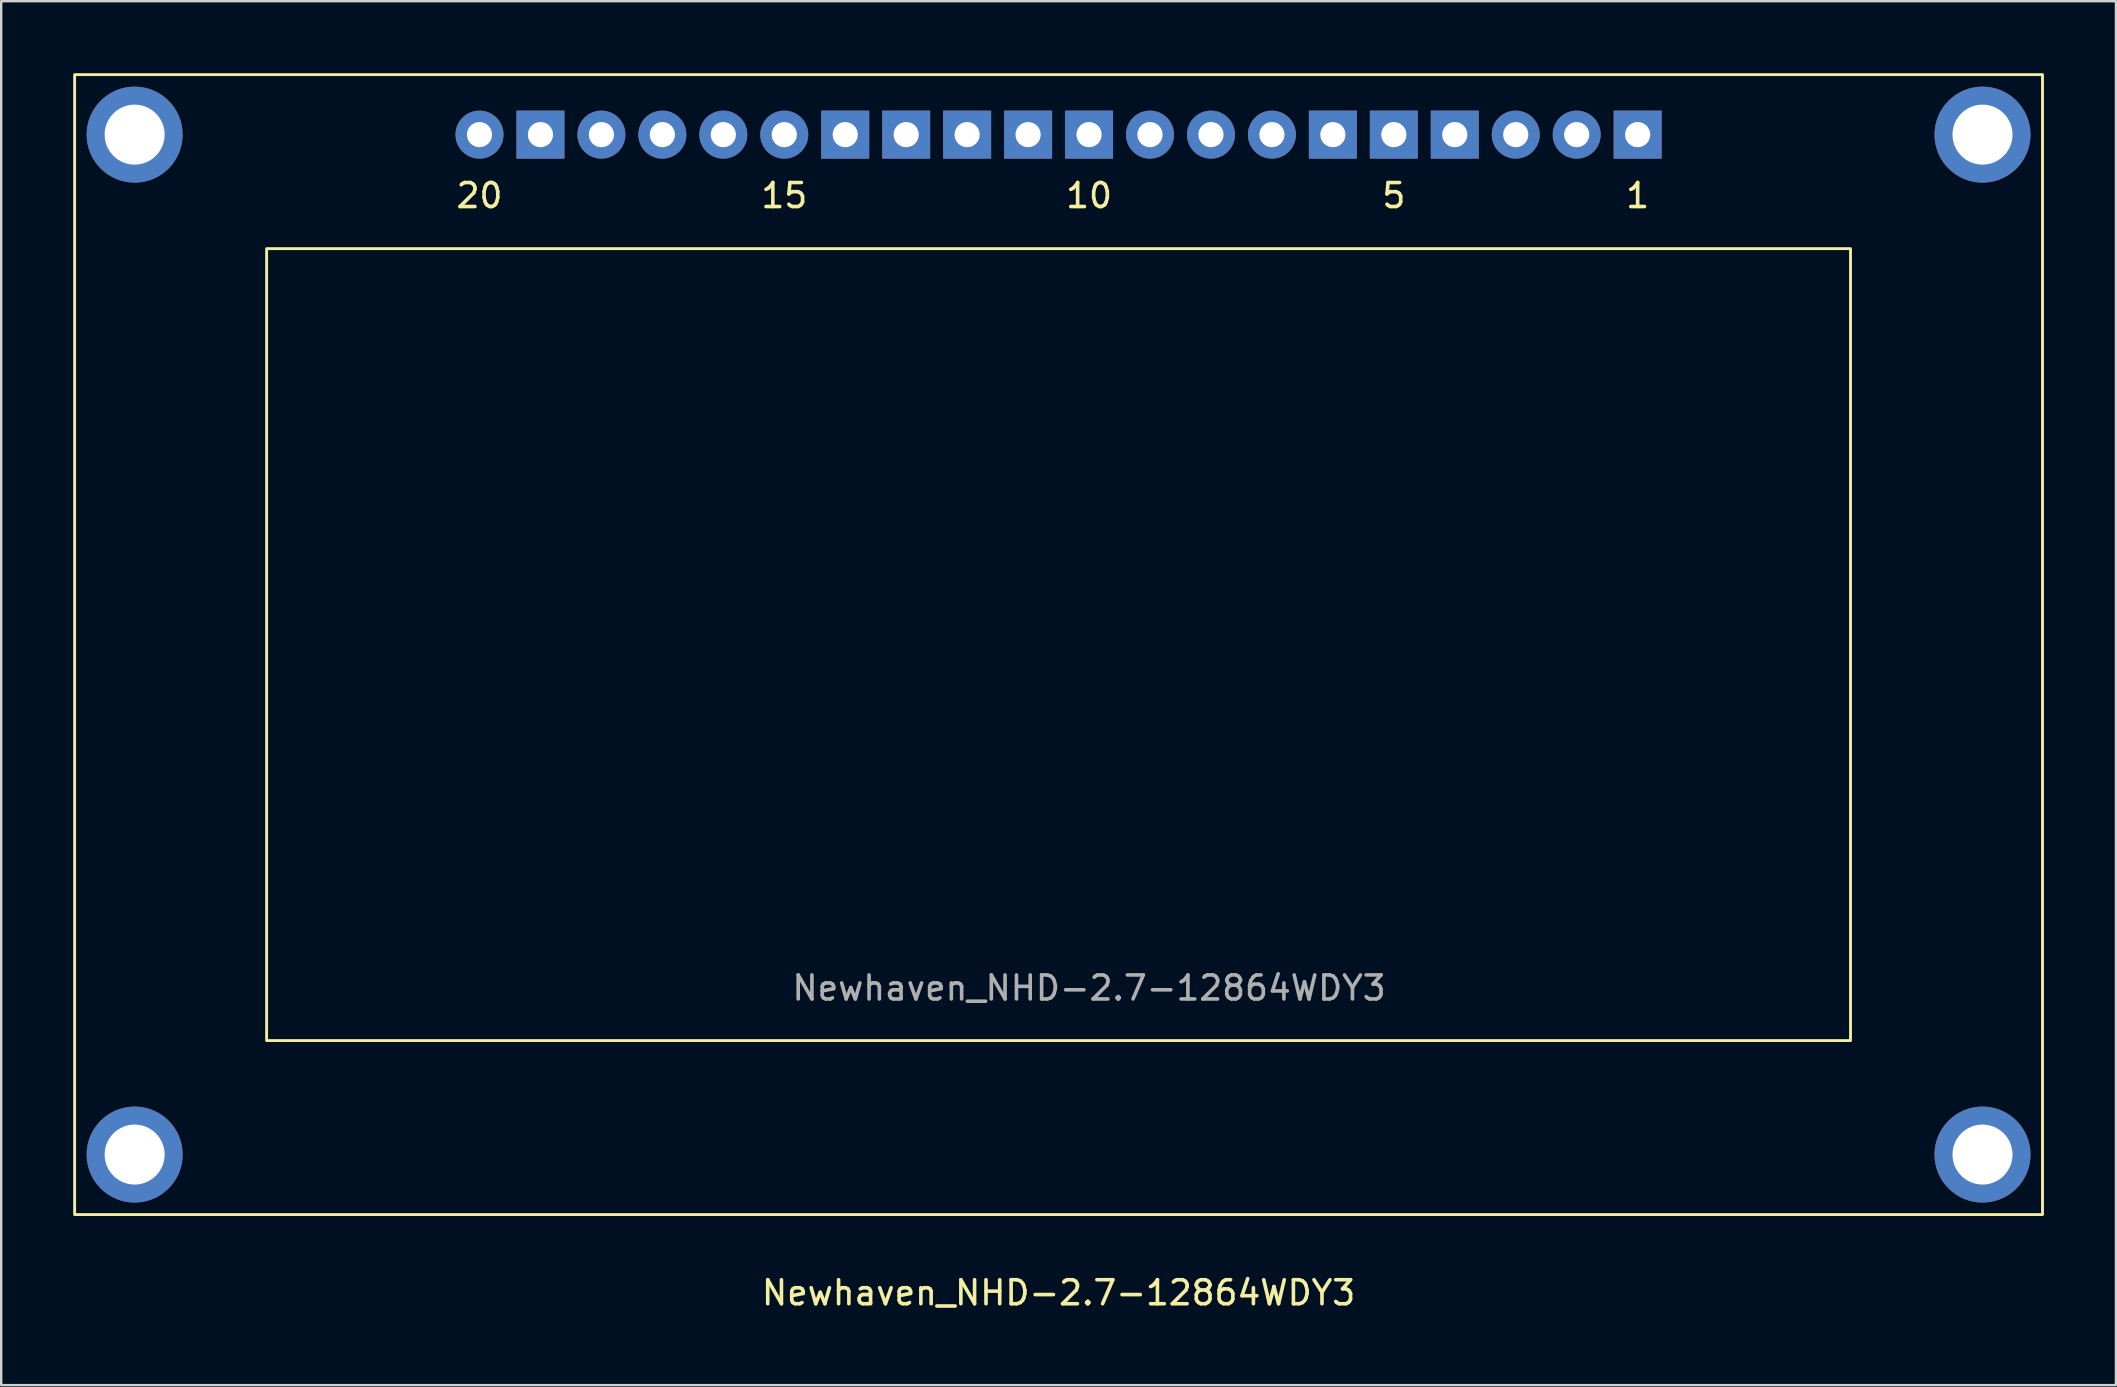
<source format=kicad_pcb>
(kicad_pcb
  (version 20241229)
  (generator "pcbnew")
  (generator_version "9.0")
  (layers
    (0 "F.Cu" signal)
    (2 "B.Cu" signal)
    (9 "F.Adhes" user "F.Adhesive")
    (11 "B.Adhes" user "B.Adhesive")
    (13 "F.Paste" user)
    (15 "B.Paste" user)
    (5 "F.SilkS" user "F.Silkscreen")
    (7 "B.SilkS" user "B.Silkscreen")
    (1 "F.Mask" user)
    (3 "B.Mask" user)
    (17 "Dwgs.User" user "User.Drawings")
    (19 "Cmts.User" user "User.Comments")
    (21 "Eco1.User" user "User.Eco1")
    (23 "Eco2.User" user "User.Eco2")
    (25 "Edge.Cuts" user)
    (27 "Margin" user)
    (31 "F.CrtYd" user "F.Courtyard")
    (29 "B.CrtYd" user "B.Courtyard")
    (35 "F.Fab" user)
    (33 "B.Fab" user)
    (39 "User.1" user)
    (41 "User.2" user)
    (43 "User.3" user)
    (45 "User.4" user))
  (footprint "Newhaven_NHD-2.7-12864WDY3"
    (layer "F.Cu")
    (at 41.06 23.81)
    (property "Reference" "Newhaven_NHD-2.7-12864WDY3" (at 0 27.01 0) (unlocked yes) (layer "F.SilkS") (effects (font (size 1 1) (thickness 0.15))))
    (attr through_hole)
    (fp_rect (start -41 23.75) (end 41 -23.75) (stroke (width 0.12) (type solid)) (fill no) (layer "F.SilkS"))
    (fp_rect (start -33 16.5) (end 33 -16.5) (stroke (width 0.12) (type solid)) (fill no) (layer "F.SilkS"))
    (fp_text user "5" (at 13.97 -18.71 0) (unlocked yes) (layer "F.SilkS") (effects (font (size 1 1) (thickness 0.15))))
    (fp_text user "15" (at -11.43 -18.71 0) (unlocked yes) (layer "F.SilkS") (effects (font (size 1 1) (thickness 0.15))))
    (fp_text user "20" (at -24.13 -18.71 0) (unlocked yes) (layer "F.SilkS") (effects (font (size 1 1) (thickness 0.15))))
    (fp_text user "10" (at 1.27 -18.71 0) (unlocked yes) (layer "F.SilkS") (effects (font (size 1 1) (thickness 0.15))))
    (fp_text user "1" (at 24.13 -18.71 0) (unlocked yes) (layer "F.SilkS") (effects (font (size 1 1) (thickness 0.15))))
    (fp_text user "${REFERENCE}" (at 1.27 14.31 0) (unlocked yes) (layer "F.Fab") (effects (font (size 1 1) (thickness 0.15))))
    (pad "" np_thru_hole circle (at -38.5 -21.25) (size 4 4) (drill 2.5) (layers "*.Cu" "*.Mask"))
    (pad "" np_thru_hole circle (at -38.5 21.25) (size 4 4) (drill 2.5) (layers "*.Cu" "*.Mask"))
    (pad "" np_thru_hole circle (at 38.5 -21.25) (size 4 4) (drill 2.5) (layers "*.Cu" "*.Mask"))
    (pad "" np_thru_hole circle (at 38.5 21.25) (size 4 4) (drill 2.5) (layers "*.Cu" "*.Mask"))
    (pad "1" thru_hole rect (at 24.13 -21.25) (size 2 2) (drill 1.05) (layers "*.Cu" "*.Mask"))
    (pad "2" thru_hole circle (at 21.59 -21.25) (size 2 2) (drill 1.05) (layers "*.Cu" "*.Mask"))
    (pad "3" thru_hole circle (at 19.05 -21.25) (size 2 2) (drill 1.05) (layers "*.Cu" "*.Mask"))
    (pad "4" thru_hole rect (at 16.51 -21.25) (size 2 2) (drill 1.05) (layers "*.Cu" "*.Mask"))
    (pad "5" thru_hole rect (at 13.97 -21.25) (size 2 2) (drill 1.05) (layers "*.Cu" "*.Mask"))
    (pad "6" thru_hole rect (at 11.43 -21.25) (size 2 2) (drill 1.05) (layers "*.Cu" "*.Mask"))
    (pad "7" thru_hole circle (at 8.89 -21.25) (size 2 2) (drill 1.05) (layers "*.Cu" "*.Mask"))
    (pad "8" thru_hole circle (at 6.35 -21.25) (size 2 2) (drill 1.05) (layers "*.Cu" "*.Mask"))
    (pad "9" thru_hole circle (at 3.81 -21.25) (size 2 2) (drill 1.05) (layers "*.Cu" "*.Mask"))
    (pad "10" thru_hole rect (at 1.27 -21.25) (size 2 2) (drill 1.05) (layers "*.Cu" "*.Mask"))
    (pad "11" thru_hole rect (at -1.27 -21.25) (size 2 2) (drill 1.05) (layers "*.Cu" "*.Mask"))
    (pad "12" thru_hole rect (at -3.81 -21.25) (size 2 2) (drill 1.05) (layers "*.Cu" "*.Mask"))
    (pad "13" thru_hole rect (at -6.35 -21.25) (size 2 2) (drill 1.05) (layers "*.Cu" "*.Mask"))
    (pad "14" thru_hole rect (at -8.89 -21.25) (size 2 2) (drill 1.05) (layers "*.Cu" "*.Mask"))
    (pad "15" thru_hole circle (at -11.43 -21.25) (size 2 2) (drill 1.05) (layers "*.Cu" "*.Mask"))
    (pad "16" thru_hole circle (at -13.97 -21.25) (size 2 2) (drill 1.05) (layers "*.Cu" "*.Mask"))
    (pad "17" thru_hole circle (at -16.51 -21.25) (size 2 2) (drill 1.05) (layers "*.Cu" "*.Mask"))
    (pad "18" thru_hole circle (at -19.05 -21.25) (size 2 2) (drill 1.05) (layers "*.Cu" "*.Mask"))
    (pad "19" thru_hole rect (at -21.59 -21.25) (size 2 2) (drill 1.05) (layers "*.Cu" "*.Mask"))
    (pad "20" thru_hole circle (at -24.13 -21.25) (size 2 2) (drill 1.05) (layers "*.Cu" "*.Mask")))
  (gr_rect
    (start -3 -3)
    (end 85.12 54.668)
    (stroke (width 0.1) (type default))
    (fill no)
    (layer "Edge.Cuts")))
</source>
